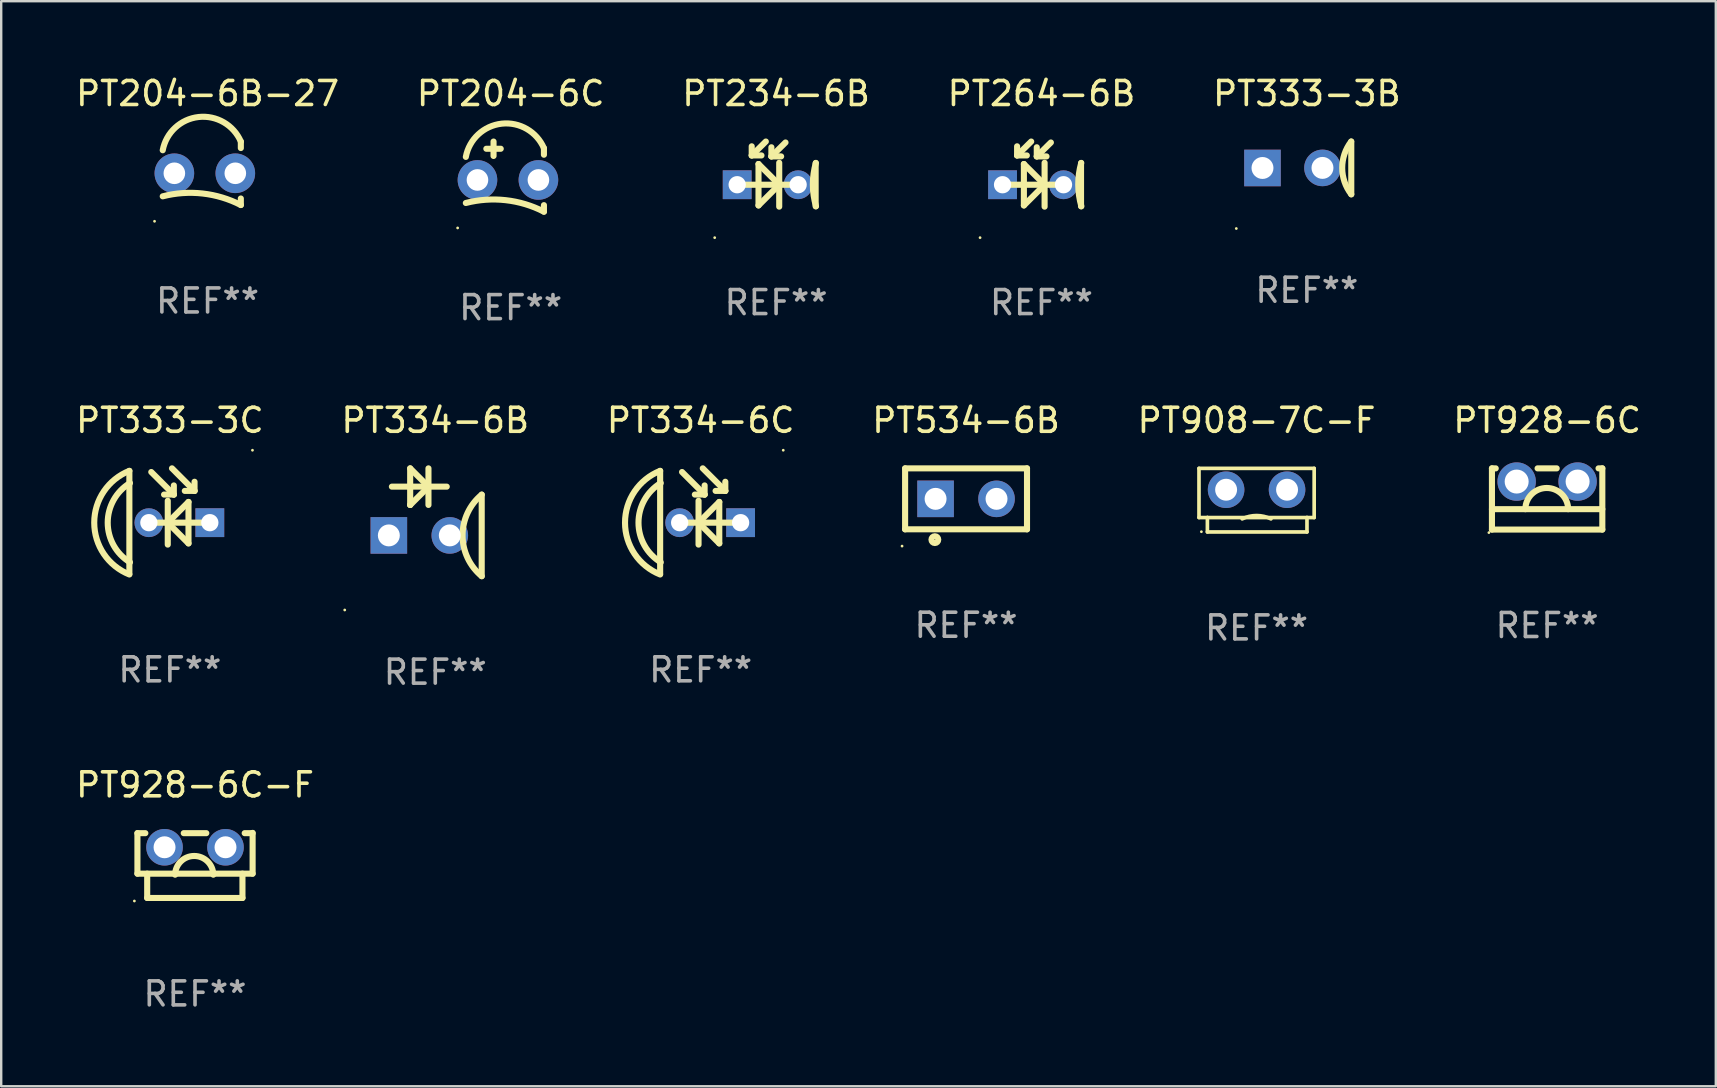
<source format=kicad_pcb>
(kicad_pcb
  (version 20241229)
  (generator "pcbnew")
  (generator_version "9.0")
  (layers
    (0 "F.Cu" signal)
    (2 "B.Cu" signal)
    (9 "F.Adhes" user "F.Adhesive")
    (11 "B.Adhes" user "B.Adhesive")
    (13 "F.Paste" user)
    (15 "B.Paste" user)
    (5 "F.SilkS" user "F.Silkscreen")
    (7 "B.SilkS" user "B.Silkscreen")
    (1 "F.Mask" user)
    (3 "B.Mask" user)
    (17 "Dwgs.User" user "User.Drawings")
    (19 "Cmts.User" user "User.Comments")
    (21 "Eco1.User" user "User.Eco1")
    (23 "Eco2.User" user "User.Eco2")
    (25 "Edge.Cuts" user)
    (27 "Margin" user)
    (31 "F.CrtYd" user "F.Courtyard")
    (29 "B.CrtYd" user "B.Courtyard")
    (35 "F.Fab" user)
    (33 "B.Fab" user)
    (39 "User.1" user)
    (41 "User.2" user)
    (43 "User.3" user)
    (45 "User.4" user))
  (footprint "PT333-3B"
    (layer "F.Cu")
    (at 51.411 3.948)
    (property "Reference" "PT333-3B" (at 0 -3.1 0) (layer "F.SilkS") (effects (font (size 1 1) (thickness 0.15))))
    (attr through_hole)
    (fp_line (start 1.85 -1.1) (end 1.85 1.1) (stroke (width 0.254) (type solid)) (layer "F.SilkS"))
    (fp_arc (start 1.850267 1.099949) (mid 1.472293 0.000397) (end 1.846457 -1.100457) (stroke (width 0.254001) (type solid)) (layer "F.SilkS"))
    (fp_circle (center -2.941 2.525) (end -2.911 2.525) (stroke (width 0.06) (type solid)) (fill no) (layer "F.SilkS"))
    (fp_text user "REF**" (at 0 5.1 0) (layer "F.Fab") (effects (font (size 1 1) (thickness 0.15))))
    (pad "1" thru_hole rect (at -1.85 0.002) (size 1.524 1.524) (drill 0.914) (layers "*.Cu" "*.Mask"))
    (pad "2" thru_hole circle (at 0.65 -0.001) (size 1.524 1.524) (drill 0.914) (layers "*.Cu" "*.Mask")))
  (footprint "PT334-6C"
    (layer "F.Cu")
    (at 26.149 18.666)
    (property "Reference" "PT334-6C" (at 0 -4.199 0) (layer "F.SilkS") (effects (font (size 1 1) (thickness 0.15))))
    (attr through_hole)
    (fp_line (start -1.689 -2.094) (end -1.689 2.199) (stroke (width 0.254) (type solid)) (layer "F.SilkS"))
    (fp_line (start -0.776 -2.046) (end 0.164 -1.106) (stroke (width 0.254) (type solid)) (layer "F.SilkS"))
    (fp_line (start -0.089 -0.849) (end -0.089 0.979) (stroke (width 0.254) (type solid)) (layer "F.SilkS"))
    (fp_line (start -0.064 0.04) (end 0.775 -0.799) (stroke (width 0.254) (type solid)) (layer "F.SilkS"))
    (fp_line (start -0.064 0.09) (end -0.089 0.09) (stroke (width 0.254) (type solid)) (layer "F.SilkS"))
    (fp_line (start 0.087 -2.199) (end 1.027 -1.259) (stroke (width 0.254) (type solid)) (layer "F.SilkS"))
    (fp_line (start 0.164 -1.106) (end -0.243 -1.106) (stroke (width 0.254) (type solid)) (layer "F.SilkS"))
    (fp_line (start 0.164 -1.106) (end 0.164 -1.487) (stroke (width 0.254) (type solid)) (layer "F.SilkS"))
    (fp_line (start 0.775 -0.799) (end 0.775 0.929) (stroke (width 0.254) (type solid)) (layer "F.SilkS"))
    (fp_line (start 0.775 0.929) (end -0.064 0.09) (stroke (width 0.254) (type solid)) (layer "F.SilkS"))
    (fp_line (start 1.027 -1.259) (end 0.621 -1.259) (stroke (width 0.254) (type solid)) (layer "F.SilkS"))
    (fp_line (start 1.027 -1.259) (end 1.027 -1.64) (stroke (width 0.254) (type solid)) (layer "F.SilkS"))
    (fp_line (start 1.689 0.065) (end -0.876 0.065) (stroke (width 0.254) (type solid)) (layer "F.SilkS"))
    (fp_arc (start -1.689103 2.224028) (mid -3.152898 0.065024) (end -1.689104 -2.09398) (stroke (width 0.254001) (type solid)) (layer "F.SilkS"))
    (fp_arc (start -1.663703 1.716027) (mid -2.591496 0.065024) (end -1.663703 -1.585979) (stroke (width 0.254001) (type solid)) (layer "F.SilkS"))
    (fp_circle (center 3.441 -2.954) (end 3.471 -2.954) (stroke (width 0.06) (type solid)) (fill no) (layer "F.SilkS"))
    (fp_text user "REF**" (at 0 6.199 0) (layer "F.Fab") (effects (font (size 1 1) (thickness 0.15))))
    (pad "1" thru_hole rect (at 1.664 0.065) (size 1.2 1.2) (drill 0.72) (layers "*.Cu" "*.Mask"))
    (pad "2" thru_hole circle (at -0.876 0.065) (size 1.2 1.2) (drill 0.72) (layers "*.Cu" "*.Mask")))
  (footprint "PT534-6B"
    (layer "F.Cu")
    (at 37.208 17.738)
    (property "Reference" "PT534-6B" (at 0 -3.27 0) (layer "F.SilkS") (effects (font (size 1 1) (thickness 0.15))))
    (attr through_hole)
    (fp_line (start -2.54 -1.27) (end 2.54 -1.27) (stroke (width 0.254) (type solid)) (layer "F.SilkS"))
    (fp_line (start -2.54 1.27) (end -2.54 -1.27) (stroke (width 0.254) (type solid)) (layer "F.SilkS"))
    (fp_line (start 2.54 -1.27) (end 2.54 1.27) (stroke (width 0.254) (type solid)) (layer "F.SilkS"))
    (fp_line (start 2.54 1.27) (end -2.54 1.27) (stroke (width 0.254) (type solid)) (layer "F.SilkS"))
    (fp_circle (center -2.667 1.969) (end -2.637 1.969) (stroke (width 0.06) (type solid)) (fill no) (layer "F.SilkS"))
    (fp_circle (center -1.3 1.7) (end -1.158 1.7) (stroke (width 0.254) (type solid)) (fill no) (layer "F.SilkS"))
    (fp_text user "REF**" (at 0 5.27 0) (layer "F.Fab") (effects (font (size 1 1) (thickness 0.15))))
    (pad "1" thru_hole rect (at -1.27 0) (size 1.524 1.524) (drill 0.914) (layers "*.Cu" "*.Mask"))
    (pad "2" thru_hole circle (at 1.27 0) (size 1.524 1.524) (drill 0.914) (layers "*.Cu" "*.Mask")))
  (footprint "PT334-6B"
    (layer "F.Cu")
    (at 15.089 18.715)
    (property "Reference" "PT334-6B" (at 0 -4.247 0) (layer "F.SilkS") (effects (font (size 1 1) (thickness 0.15))))
    (attr through_hole)
    (fp_line (start -1.808 -1.485) (end 0.478 -1.485) (stroke (width 0.254) (type solid)) (layer "F.SilkS"))
    (fp_line (start -1.046 -2.247) (end -1.046 -0.723) (stroke (width 0.254) (type solid)) (layer "F.SilkS"))
    (fp_line (start -1.046 -0.723) (end -1.044 -0.723) (stroke (width 0.254) (type solid)) (layer "F.SilkS"))
    (fp_line (start -1.044 -0.723) (end -0.282 -1.485) (stroke (width 0.254) (type solid)) (layer "F.SilkS"))
    (fp_line (start -0.284 -2.247) (end -0.284 -0.723) (stroke (width 0.254) (type solid)) (layer "F.SilkS"))
    (fp_line (start -0.284 -1.485) (end -1.046 -2.247) (stroke (width 0.254) (type solid)) (layer "F.SilkS"))
    (fp_line (start -0.278 -1.485) (end -0.284 -1.485) (stroke (width 0.254) (type solid)) (layer "F.SilkS"))
    (fp_line (start 1.935 -1.153) (end 1.935 2.247) (stroke (width 0.254) (type solid)) (layer "F.SilkS"))
    (fp_arc (start 1.935979 2.246266) (mid 1.1372 0.547002) (end 1.93598 -1.152261) (stroke (width 0.254001) (type solid)) (layer "F.SilkS"))
    (fp_circle (center -3.773 3.655) (end -3.743 3.655) (stroke (width 0.06) (type solid)) (fill no) (layer "F.SilkS"))
    (fp_text user "REF**" (at 0 6.247 0) (layer "F.Fab") (effects (font (size 1 1) (thickness 0.15))))
    (pad "1" thru_hole rect (at -1.935 0.547) (size 1.524 1.524) (drill 0.914) (layers "*.Cu" "*.Mask"))
    (pad "2" thru_hole circle (at 0.605 0.547) (size 1.524 1.524) (drill 0.914) (layers "*.Cu" "*.Mask")))
  (footprint "PT928-6C"
    (layer "F.Cu")
    (at 61.423 17.743)
    (property "Reference" "PT928-6C" (at 0 -3.275 0) (layer "F.SilkS") (effects (font (size 1 1) (thickness 0.15))))
    (attr through_hole)
    (fp_line (start -2.3 0.425) (end 2.3 0.425) (stroke (width 0.254) (type solid)) (layer "F.SilkS"))
    (fp_line (start -2.3 -1.275) (end -2.142 -1.275) (stroke (width 0.254) (type solid)) (layer "F.SilkS"))
    (fp_line (start -2.3 1.275) (end -2.3 -1.275) (stroke (width 0.254) (type solid)) (layer "F.SilkS"))
    (fp_line (start -0.398 -1.275) (end 0.398 -1.275) (stroke (width 0.254) (type solid)) (layer "F.SilkS"))
    (fp_line (start 2.142 -1.275) (end 2.3 -1.275) (stroke (width 0.254) (type solid)) (layer "F.SilkS"))
    (fp_line (start 2.3 -1.275) (end 2.3 1.275) (stroke (width 0.254) (type solid)) (layer "F.SilkS"))
    (fp_line (start 2.3 1.275) (end -2.3 1.275) (stroke (width 0.254) (type solid)) (layer "F.SilkS"))
    (fp_arc (start -0.90762 0.425006) (mid -0.015659 -0.464837) (end 0.876302 0.425006) (stroke (width 0.254001) (type solid)) (layer "F.SilkS"))
    (fp_circle (center -2.427 1.402) (end -2.397 1.402) (stroke (width 0.06) (type solid)) (fill no) (layer "F.SilkS"))
    (fp_text user "REF**" (at 0 5.275 0) (layer "F.Fab") (effects (font (size 1 1) (thickness 0.15))))
    (pad "1" thru_hole circle (at -1.27 -0.725) (size 1.6 1.6) (drill 1) (layers "*.Cu" "*.Mask"))
    (pad "2" thru_hole circle (at 1.27 -0.725) (size 1.6 1.6) (drill 1) (layers "*.Cu" "*.Mask")))
  (footprint "PT928-6C-F"
    (layer "F.Cu")
    (at 5.077 33.014)
    (property "Reference" "PT928-6C-F" (at 0 -3.356 0) (layer "F.SilkS") (effects (font (size 1 1) (thickness 0.15))))
    (attr through_hole)
    (fp_line (start -2.4 -1.344) (end -2.07 -1.344) (stroke (width 0.254) (type solid)) (layer "F.SilkS"))
    (fp_line (start -2.4 0.344) (end -2.4 -1.344) (stroke (width 0.254) (type solid)) (layer "F.SilkS"))
    (fp_line (start -2.4 0.344) (end 2.4 0.344) (stroke (width 0.254) (type solid)) (layer "F.SilkS"))
    (fp_line (start -1.993 0.344) (end -1.993 1.356) (stroke (width 0.254) (type solid)) (layer "F.SilkS"))
    (fp_line (start -1.993 1.356) (end 1.977 1.356) (stroke (width 0.254) (type solid)) (layer "F.SilkS"))
    (fp_line (start -0.47 -1.344) (end 0.47 -1.344) (stroke (width 0.254) (type solid)) (layer "F.SilkS"))
    (fp_line (start 1.977 1.356) (end 1.977 0.344) (stroke (width 0.254) (type solid)) (layer "F.SilkS"))
    (fp_line (start 2.07 -1.344) (end 2.4 -1.344) (stroke (width 0.254) (type solid)) (layer "F.SilkS"))
    (fp_line (start 2.4 -1.356) (end 2.4 0.344) (stroke (width 0.254) (type solid)) (layer "F.SilkS"))
    (fp_arc (start -0.829922 0.387045) (mid -0.033972 -0.39472) (end 0.762002 0.387021) (stroke (width 0.254001) (type solid)) (layer "F.SilkS"))
    (fp_circle (center -2.527 1.483) (end -2.497 1.483) (stroke (width 0.06) (type solid)) (fill no) (layer "F.SilkS"))
    (fp_text user "REF**" (at 0 5.356 0) (layer "F.Fab") (effects (font (size 1 1) (thickness 0.15))))
    (pad "1" thru_hole circle (at -1.27 -0.756) (size 1.524 1.524) (drill 0.914) (layers "*.Cu" "*.Mask"))
    (pad "2" thru_hole circle (at 1.27 -0.756) (size 1.524 1.524) (drill 0.914) (layers "*.Cu" "*.Mask")))
  (footprint "PT204-6B-27"
    (layer "F.Cu")
    (at 5.601 4.171)
    (property "Reference" "PT204-6B-27" (at 0 -3.323 0) (layer "F.SilkS") (effects (font (size 1 1) (thickness 0.15))))
    (attr through_hole)
    (fp_line (start 1.385 -1.051) (end 1.385 -1.323) (stroke (width 0.254) (type solid)) (layer "F.SilkS"))
    (fp_line (start 1.385 1.323) (end 1.385 1.051) (stroke (width 0.254) (type solid)) (layer "F.SilkS"))
    (fp_arc (start -1.869406 0.960224) (mid -0.208941 0.843072) (end 1.385001 1.322885) (stroke (width 0.254001) (type solid)) (layer "F.SilkS"))
    (fp_arc (start -1.869405 -0.960224) (mid -0.376294 -2.344856) (end 1.385001 -1.322885) (stroke (width 0.254001) (type solid)) (layer "F.SilkS"))
    (fp_circle (center -2.211 2) (end -2.181 2) (stroke (width 0.06) (type solid)) (fill no) (layer "F.SilkS"))
    (fp_text user "REF**" (at 0 5.323 0) (layer "F.Fab") (effects (font (size 1 1) (thickness 0.15))))
    (pad "1" thru_hole circle (at -1.385 0) (size 1.651 1.651) (drill 0.9) (layers "*.Cu" "*.Mask"))
    (pad "2" thru_hole circle (at 1.155 0) (size 1.651 1.651) (drill 0.9) (layers "*.Cu" "*.Mask")))
  (footprint "PT333-3C"
    (layer "F.Cu")
    (at 4.03 18.666)
    (property "Reference" "PT333-3C" (at 0 -4.199 0) (layer "F.SilkS") (effects (font (size 1 1) (thickness 0.15))))
    (attr through_hole)
    (fp_line (start -1.689 -2.094) (end -1.689 2.199) (stroke (width 0.254) (type solid)) (layer "F.SilkS"))
    (fp_line (start -0.776 -2.046) (end 0.164 -1.106) (stroke (width 0.254) (type solid)) (layer "F.SilkS"))
    (fp_line (start -0.089 -0.849) (end -0.089 0.979) (stroke (width 0.254) (type solid)) (layer "F.SilkS"))
    (fp_line (start -0.064 0.04) (end 0.775 -0.799) (stroke (width 0.254) (type solid)) (layer "F.SilkS"))
    (fp_line (start -0.064 0.09) (end -0.089 0.09) (stroke (width 0.254) (type solid)) (layer "F.SilkS"))
    (fp_line (start 0.087 -2.199) (end 1.027 -1.259) (stroke (width 0.254) (type solid)) (layer "F.SilkS"))
    (fp_line (start 0.164 -1.106) (end -0.243 -1.106) (stroke (width 0.254) (type solid)) (layer "F.SilkS"))
    (fp_line (start 0.164 -1.106) (end 0.164 -1.487) (stroke (width 0.254) (type solid)) (layer "F.SilkS"))
    (fp_line (start 0.775 -0.799) (end 0.775 0.929) (stroke (width 0.254) (type solid)) (layer "F.SilkS"))
    (fp_line (start 0.775 0.929) (end -0.064 0.09) (stroke (width 0.254) (type solid)) (layer "F.SilkS"))
    (fp_line (start 1.027 -1.259) (end 0.621 -1.259) (stroke (width 0.254) (type solid)) (layer "F.SilkS"))
    (fp_line (start 1.027 -1.259) (end 1.027 -1.64) (stroke (width 0.254) (type solid)) (layer "F.SilkS"))
    (fp_line (start 1.689 0.065) (end -0.876 0.065) (stroke (width 0.254) (type solid)) (layer "F.SilkS"))
    (fp_arc (start -1.689103 2.224028) (mid -3.152898 0.065024) (end -1.689104 -2.09398) (stroke (width 0.254001) (type solid)) (layer "F.SilkS"))
    (fp_arc (start -1.663703 1.716027) (mid -2.591496 0.065024) (end -1.663703 -1.585979) (stroke (width 0.254001) (type solid)) (layer "F.SilkS"))
    (fp_circle (center 3.441 -2.954) (end 3.471 -2.954) (stroke (width 0.06) (type solid)) (fill no) (layer "F.SilkS"))
    (fp_text user "REF**" (at 0 6.199 0) (layer "F.Fab") (effects (font (size 1 1) (thickness 0.15))))
    (pad "1" thru_hole rect (at 1.664 0.065) (size 1.2 1.2) (drill 0.72) (layers "*.Cu" "*.Mask"))
    (pad "2" thru_hole circle (at -0.876 0.065) (size 1.2 1.2) (drill 0.72) (layers "*.Cu" "*.Mask")))
  (footprint "PT204-6C"
    (layer "F.Cu")
    (at 18.232 4.31)
    (property "Reference" "PT204-6C" (at 0 -3.461 0) (layer "F.SilkS") (effects (font (size 1 1) (thickness 0.15))))
    (attr through_hole)
    (fp_line (start -1.015 -1.161) (end -0.415 -1.161) (stroke (width 0.254) (type solid)) (layer "F.SilkS"))
    (fp_line (start -0.715 -1.461) (end -0.715 -0.861) (stroke (width 0.254) (type solid)) (layer "F.SilkS"))
    (fp_line (start 1.385 -0.912) (end 1.385 -1.184) (stroke (width 0.254) (type solid)) (layer "F.SilkS"))
    (fp_line (start 1.385 1.461) (end 1.385 1.189) (stroke (width 0.254) (type solid)) (layer "F.SilkS"))
    (fp_arc (start -1.869406 -0.821678) (mid -0.376295 -2.206311) (end 1.385001 -1.184341) (stroke (width 0.254001) (type solid)) (layer "F.SilkS"))
    (fp_arc (start -1.869406 1.098768) (mid -0.20894 0.981616) (end 1.385001 1.46143) (stroke (width 0.254001) (type solid)) (layer "F.SilkS"))
    (fp_circle (center -2.211 2.139) (end -2.181 2.139) (stroke (width 0.06) (type solid)) (fill no) (layer "F.SilkS"))
    (fp_text user "REF**" (at 0 5.461 0) (layer "F.Fab") (effects (font (size 1 1) (thickness 0.15))))
    (pad "1" thru_hole circle (at -1.385 0.139) (size 1.651 1.651) (drill 0.9) (layers "*.Cu" "*.Mask"))
    (pad "2" thru_hole circle (at 1.155 0.139) (size 1.651 1.651) (drill 0.9) (layers "*.Cu" "*.Mask")))
  (footprint "PT908-7C-F"
    (layer "F.Cu")
    (at 49.315 17.793)
    (property "Reference" "PT908-7C-F" (at 0 -3.325 0) (layer "F.SilkS") (effects (font (size 1 1) (thickness 0.15))))
    (attr through_hole)
    (fp_line (start -2.4 -1.325) (end -2.4 0.725) (stroke (width 0.152) (type solid)) (layer "F.SilkS"))
    (fp_line (start -2.4 0.725) (end -2.05 0.725) (stroke (width 0.152) (type solid)) (layer "F.SilkS"))
    (fp_line (start -2.05 0.725) (end -2.05 1.325) (stroke (width 0.152) (type solid)) (layer "F.SilkS"))
    (fp_line (start -2.05 0.725) (end 2.1 0.725) (stroke (width 0.152) (type solid)) (layer "F.SilkS"))
    (fp_line (start -2.05 1.325) (end 2.1 1.325) (stroke (width 0.152) (type solid)) (layer "F.SilkS"))
    (fp_line (start 2.1 0.725) (end 2.4 0.725) (stroke (width 0.152) (type solid)) (layer "F.SilkS"))
    (fp_line (start 2.1 1.325) (end 2.1 0.725) (stroke (width 0.152) (type solid)) (layer "F.SilkS"))
    (fp_line (start 2.4 -1.325) (end -2.4 -1.325) (stroke (width 0.152) (type solid)) (layer "F.SilkS"))
    (fp_line (start 2.4 0.725) (end 2.4 -1.325) (stroke (width 0.152) (type solid)) (layer "F.SilkS"))
    (fp_arc (start -0.599035 0.78062) (mid 0 0.640177) (end 0.599035 0.78062) (stroke (width 0.151994) (type solid)) (layer "F.SilkS"))
    (fp_circle (center -2.3 1.315) (end -2.27 1.315) (stroke (width 0.06) (type solid)) (fill no) (layer "F.SilkS"))
    (fp_text user "REF**" (at 0 5.325 0) (layer "F.Fab") (effects (font (size 1 1) (thickness 0.15))))
    (pad "1" thru_hole circle (at -1.27 -0.435) (size 1.524 1.524) (drill 0.914) (layers "*.Cu" "*.Mask"))
    (pad "2" thru_hole circle (at 1.27 -0.435) (size 1.524 1.524) (drill 0.914) (layers "*.Cu" "*.Mask")))
  (footprint "PT264-6B"
    (layer "F.Cu")
    (at 40.351 4.205)
    (property "Reference" "PT264-6B" (at 0 -3.357 0) (layer "F.SilkS") (effects (font (size 1 1) (thickness 0.15))))
    (attr through_hole)
    (fp_line (start -1.648 0.443) (end 0.918 0.443) (stroke (width 0.254) (type solid)) (layer "F.SilkS"))
    (fp_line (start -1.016 -0.777) (end -1.016 -1.158) (stroke (width 0.254) (type solid)) (layer "F.SilkS"))
    (fp_line (start -1.016 -0.777) (end -0.61 -0.777) (stroke (width 0.254) (type solid)) (layer "F.SilkS"))
    (fp_line (start -0.733 -0.421) (end -0.733 1.306) (stroke (width 0.254) (type solid)) (layer "F.SilkS"))
    (fp_line (start -0.733 1.306) (end 0.105 0.468) (stroke (width 0.254) (type solid)) (layer "F.SilkS"))
    (fp_line (start -0.428 -1.357) (end -1.016 -0.777) (stroke (width 0.254) (type solid)) (layer "F.SilkS"))
    (fp_line (start -0.196 -0.737) (end -0.196 -1.118) (stroke (width 0.254) (type solid)) (layer "F.SilkS"))
    (fp_line (start -0.196 -0.737) (end 0.21 -0.737) (stroke (width 0.254) (type solid)) (layer "F.SilkS"))
    (fp_line (start 0.105 0.417) (end -0.733 -0.421) (stroke (width 0.254) (type solid)) (layer "F.SilkS"))
    (fp_line (start 0.105 0.468) (end 0.13 0.468) (stroke (width 0.254) (type solid)) (layer "F.SilkS"))
    (fp_line (start 0.13 -0.472) (end 0.13 1.357) (stroke (width 0.254) (type solid)) (layer "F.SilkS"))
    (fp_line (start 0.392 -1.317) (end -0.196 -0.737) (stroke (width 0.254) (type solid)) (layer "F.SilkS"))
    (fp_line (start 1.648 -0.457) (end 1.648 1.343) (stroke (width 0.254) (type solid)) (layer "F.SilkS"))
    (fp_arc (start 1.662713 1.341682) (mid 1.531843 0.437605) (end 1.657709 -0.467183) (stroke (width 0.254001) (type solid)) (layer "F.SilkS"))
    (fp_circle (center -2.559 2.649) (end -2.529 2.649) (stroke (width 0.06) (type solid)) (fill no) (layer "F.SilkS"))
    (fp_text user "REF**" (at 0 5.357 0) (layer "F.Fab") (effects (font (size 1 1) (thickness 0.15))))
    (pad "1" thru_hole rect (at -1.622 0.443) (size 1.2 1.2) (drill 0.72) (layers "*.Cu" "*.Mask"))
    (pad "2" thru_hole circle (at 0.918 0.443) (size 1.2 1.2) (drill 0.72) (layers "*.Cu" "*.Mask")))
  (footprint "PT234-6B"
    (layer "F.Cu")
    (at 29.292 4.205)
    (property "Reference" "PT234-6B" (at 0 -3.357 0) (layer "F.SilkS") (effects (font (size 1 1) (thickness 0.15))))
    (attr through_hole)
    (fp_line (start -1.648 0.443) (end 0.918 0.443) (stroke (width 0.254) (type solid)) (layer "F.SilkS"))
    (fp_line (start -1.016 -0.777) (end -1.016 -1.158) (stroke (width 0.254) (type solid)) (layer "F.SilkS"))
    (fp_line (start -1.016 -0.777) (end -0.61 -0.777) (stroke (width 0.254) (type solid)) (layer "F.SilkS"))
    (fp_line (start -0.733 -0.421) (end -0.733 1.306) (stroke (width 0.254) (type solid)) (layer "F.SilkS"))
    (fp_line (start -0.733 1.306) (end 0.105 0.468) (stroke (width 0.254) (type solid)) (layer "F.SilkS"))
    (fp_line (start -0.428 -1.357) (end -1.016 -0.777) (stroke (width 0.254) (type solid)) (layer "F.SilkS"))
    (fp_line (start -0.196 -0.737) (end -0.196 -1.118) (stroke (width 0.254) (type solid)) (layer "F.SilkS"))
    (fp_line (start -0.196 -0.737) (end 0.21 -0.737) (stroke (width 0.254) (type solid)) (layer "F.SilkS"))
    (fp_line (start 0.105 0.417) (end -0.733 -0.421) (stroke (width 0.254) (type solid)) (layer "F.SilkS"))
    (fp_line (start 0.105 0.468) (end 0.13 0.468) (stroke (width 0.254) (type solid)) (layer "F.SilkS"))
    (fp_line (start 0.13 -0.472) (end 0.13 1.357) (stroke (width 0.254) (type solid)) (layer "F.SilkS"))
    (fp_line (start 0.392 -1.317) (end -0.196 -0.737) (stroke (width 0.254) (type solid)) (layer "F.SilkS"))
    (fp_line (start 1.648 -0.457) (end 1.648 1.343) (stroke (width 0.254) (type solid)) (layer "F.SilkS"))
    (fp_arc (start 1.662713 1.341682) (mid 1.531843 0.437605) (end 1.657709 -0.467183) (stroke (width 0.254001) (type solid)) (layer "F.SilkS"))
    (fp_circle (center -2.559 2.649) (end -2.529 2.649) (stroke (width 0.06) (type solid)) (fill no) (layer "F.SilkS"))
    (fp_text user "REF**" (at 0 5.357 0) (layer "F.Fab") (effects (font (size 1 1) (thickness 0.15))))
    (pad "1" thru_hole rect (at -1.622 0.443) (size 1.2 1.2) (drill 0.72) (layers "*.Cu" "*.Mask"))
    (pad "2" thru_hole circle (at 0.918 0.443) (size 1.2 1.2) (drill 0.72) (layers "*.Cu" "*.Mask")))
  (gr_rect
    (start -3 -3)
    (end 68.452 42.218)
    (stroke (width 0.1) (type default))
    (fill no)
    (layer "Edge.Cuts")))
</source>
